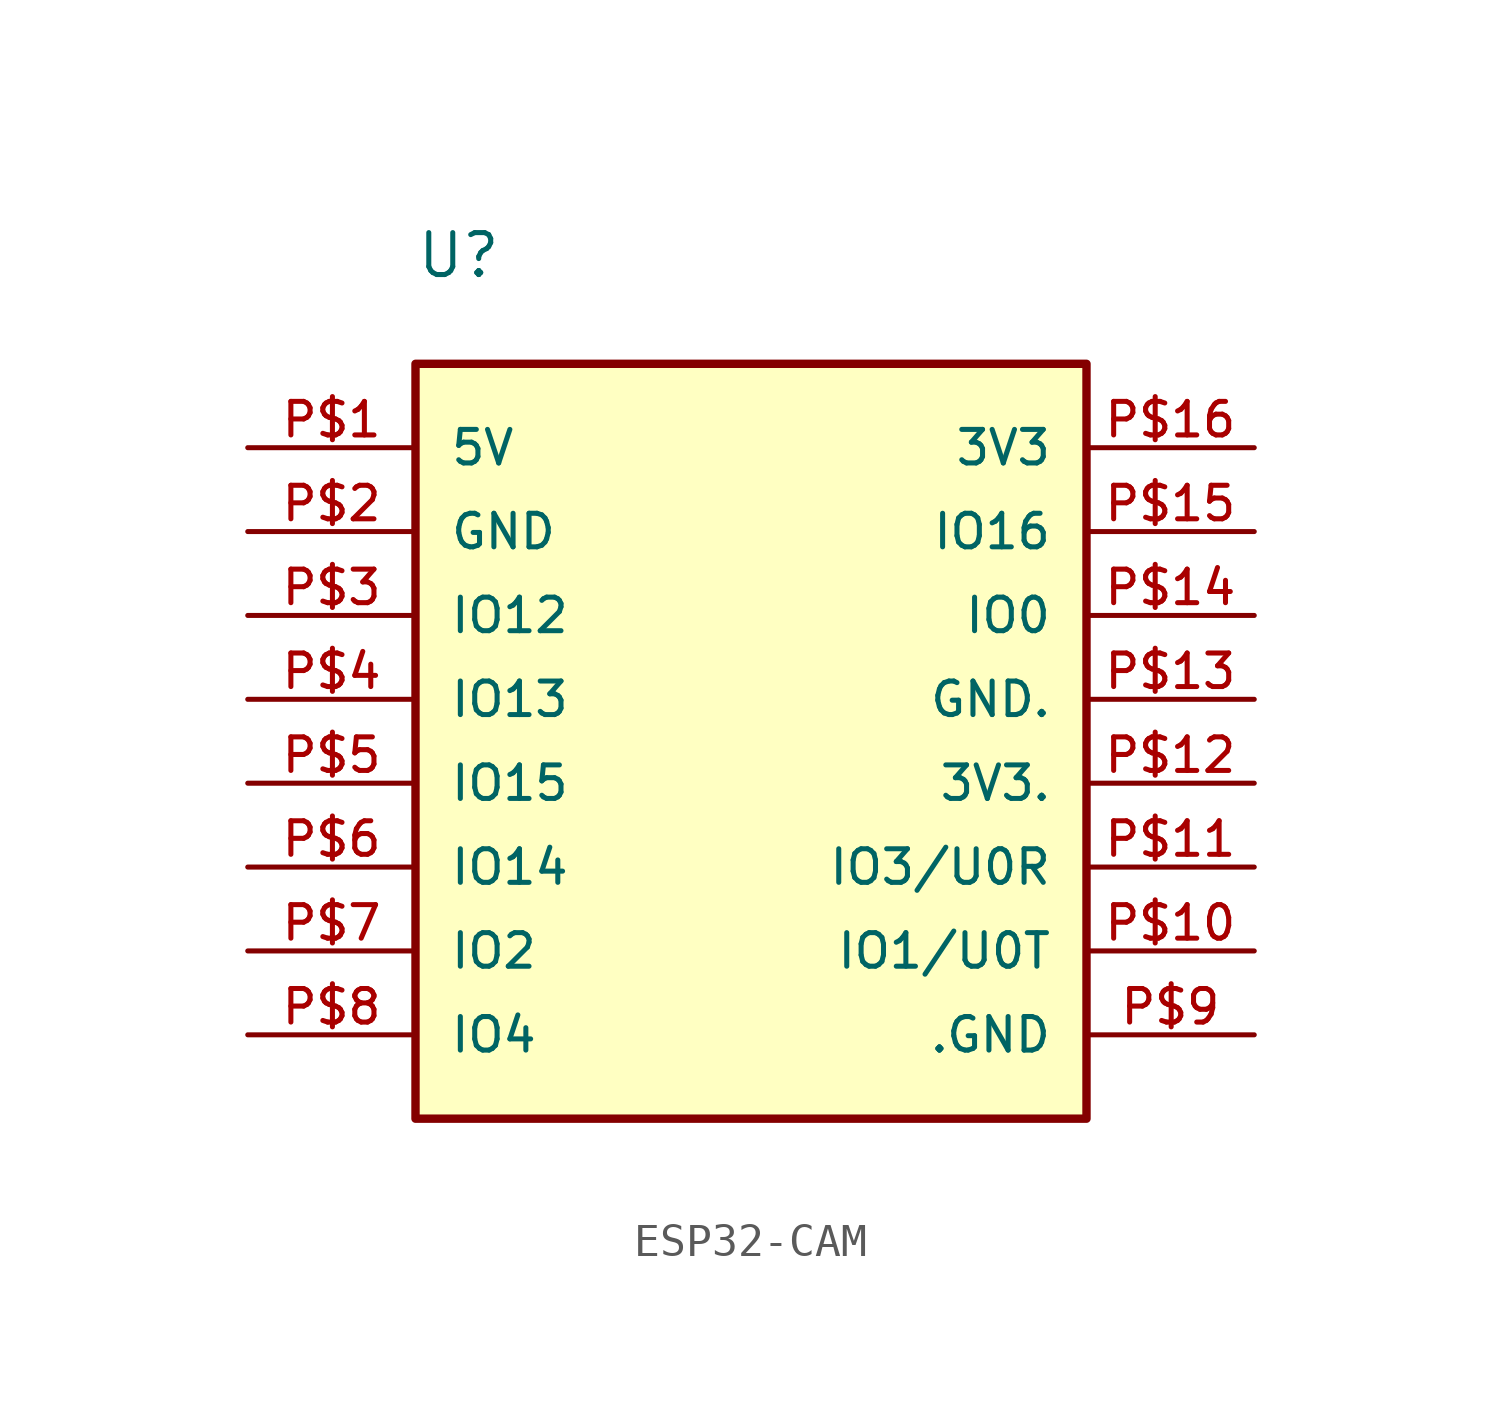
<source format=kicad_sym>
(kicad_symbol_lib
  (version 20211014)
  (generator kicad_symbol_editor)
  (symbol "ESP32-CAM"
    (pin_names
      (offset 1.016))
    (property "Reference" "U"
      (at -10.16 20.32 0)
      (effects (font (size 1.27 1.27)) (justify left bottom)))
    (property "ki_locked" ""
      (at 0 0 0)
      (effects (font (size 1.27 1.27))))
    (symbol "ESP32-CAM_0_0"
      (rectangle (start -10.16 -5.08) (end 10.16 17.78) (stroke (width 0.254) (type default) (color 0 0 0 0)) (fill (type background)))
      (pin power_in line (at -15.24 15.24 0) (length 5.08) (name "5V" (effects (font (size 1.016 1.016)))) (number "P$1" (effects (font (size 1.016 1.016)))))
      (pin bidirectional line (at 15.24 0 180) (length 5.08) (name "IO1/U0T" (effects (font (size 1.016 1.016)))) (number "P$10" (effects (font (size 1.016 1.016)))))
      (pin bidirectional line (at 15.24 2.54 180) (length 5.08) (name "IO3/U0R" (effects (font (size 1.016 1.016)))) (number "P$11" (effects (font (size 1.016 1.016)))))
      (pin power_in line (at 15.24 5.08 180) (length 5.08) (name "3V3." (effects (font (size 1.016 1.016)))) (number "P$12" (effects (font (size 1.016 1.016)))))
      (pin power_in line (at 15.24 7.62 180) (length 5.08) (name "GND." (effects (font (size 1.016 1.016)))) (number "P$13" (effects (font (size 1.016 1.016)))))
      (pin bidirectional line (at 15.24 10.16 180) (length 5.08) (name "IO0" (effects (font (size 1.016 1.016)))) (number "P$14" (effects (font (size 1.016 1.016)))))
      (pin bidirectional line (at 15.24 12.7 180) (length 5.08) (name "IO16" (effects (font (size 1.016 1.016)))) (number "P$15" (effects (font (size 1.016 1.016)))))
      (pin bidirectional line (at 15.24 15.24 180) (length 5.08) (name "3V3" (effects (font (size 1.016 1.016)))) (number "P$16" (effects (font (size 1.016 1.016)))))
      (pin power_in line (at -15.24 12.7 0) (length 5.08) (name "GND" (effects (font (size 1.016 1.016)))) (number "P$2" (effects (font (size 1.016 1.016)))))
      (pin bidirectional line (at -15.24 10.16 0) (length 5.08) (name "IO12" (effects (font (size 1.016 1.016)))) (number "P$3" (effects (font (size 1.016 1.016)))))
      (pin bidirectional line (at -15.24 7.62 0) (length 5.08) (name "IO13" (effects (font (size 1.016 1.016)))) (number "P$4" (effects (font (size 1.016 1.016)))))
      (pin bidirectional line (at -15.24 5.08 0) (length 5.08) (name "IO15" (effects (font (size 1.016 1.016)))) (number "P$5" (effects (font (size 1.016 1.016)))))
      (pin bidirectional line (at -15.24 2.54 0) (length 5.08) (name "IO14" (effects (font (size 1.016 1.016)))) (number "P$6" (effects (font (size 1.016 1.016)))))
      (pin bidirectional line (at -15.24 0 0) (length 5.08) (name "IO2" (effects (font (size 1.016 1.016)))) (number "P$7" (effects (font (size 1.016 1.016)))))
      (pin bidirectional line (at -15.24 -2.54 0) (length 5.08) (name "IO4" (effects (font (size 1.016 1.016)))) (number "P$8" (effects (font (size 1.016 1.016)))))
      (pin power_in line (at 15.24 -2.54 180) (length 5.08) (name ".GND" (effects (font (size 1.016 1.016)))) (number "P$9" (effects (font (size 1.016 1.016))))))))
</source>
